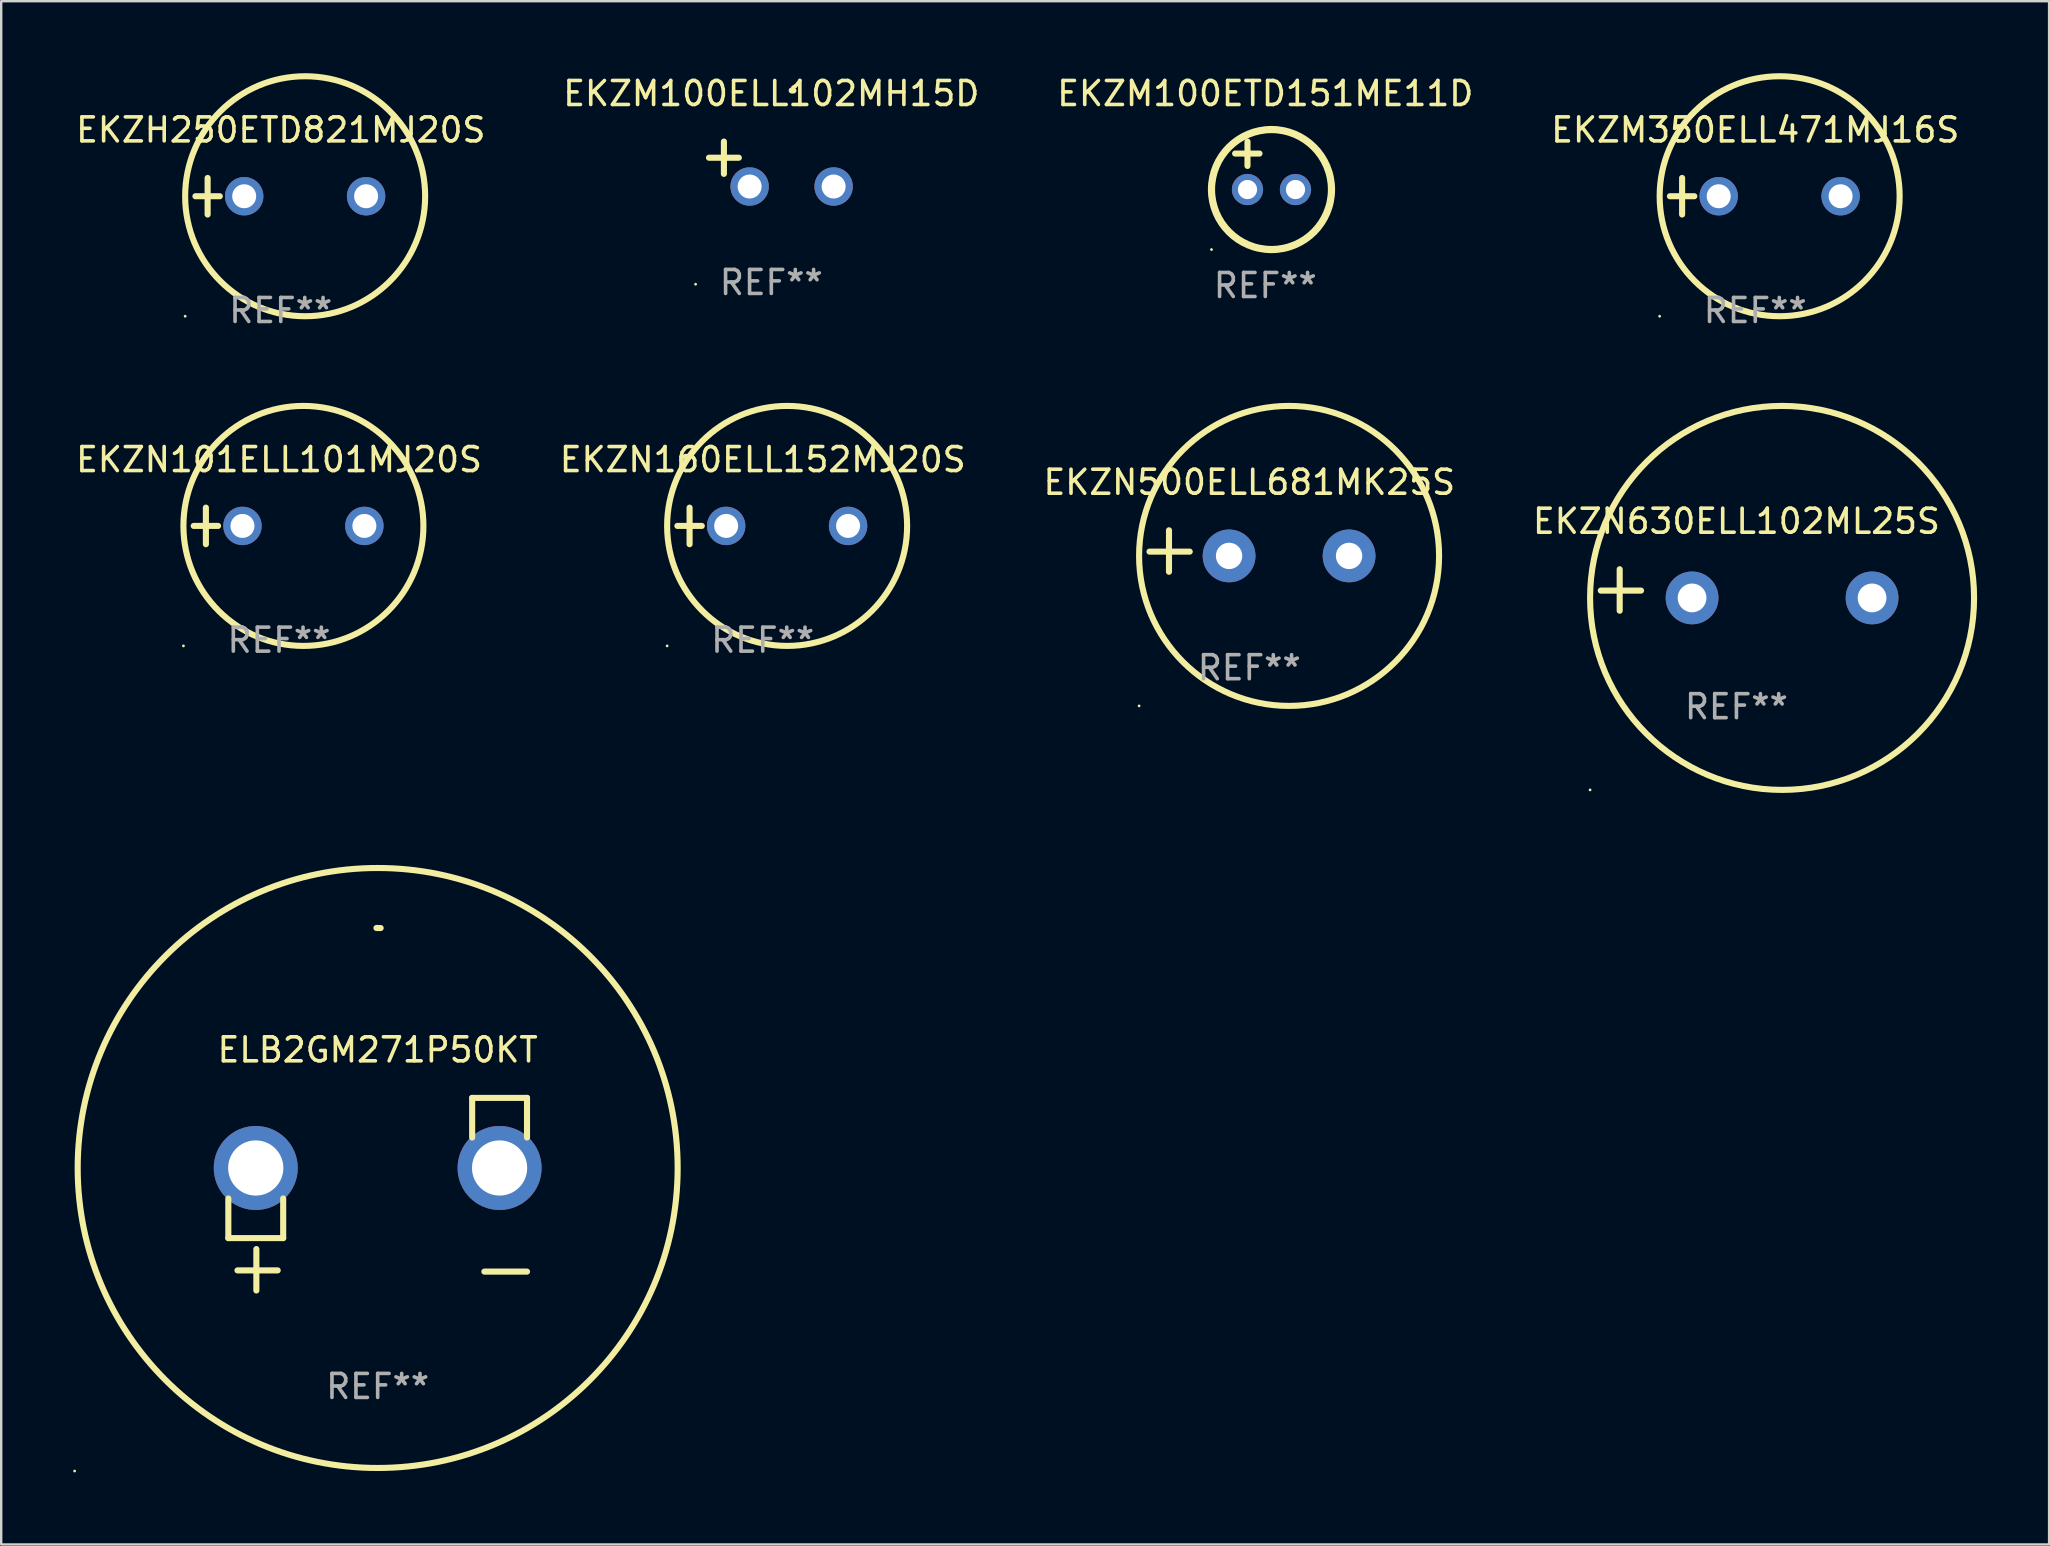
<source format=kicad_pcb>
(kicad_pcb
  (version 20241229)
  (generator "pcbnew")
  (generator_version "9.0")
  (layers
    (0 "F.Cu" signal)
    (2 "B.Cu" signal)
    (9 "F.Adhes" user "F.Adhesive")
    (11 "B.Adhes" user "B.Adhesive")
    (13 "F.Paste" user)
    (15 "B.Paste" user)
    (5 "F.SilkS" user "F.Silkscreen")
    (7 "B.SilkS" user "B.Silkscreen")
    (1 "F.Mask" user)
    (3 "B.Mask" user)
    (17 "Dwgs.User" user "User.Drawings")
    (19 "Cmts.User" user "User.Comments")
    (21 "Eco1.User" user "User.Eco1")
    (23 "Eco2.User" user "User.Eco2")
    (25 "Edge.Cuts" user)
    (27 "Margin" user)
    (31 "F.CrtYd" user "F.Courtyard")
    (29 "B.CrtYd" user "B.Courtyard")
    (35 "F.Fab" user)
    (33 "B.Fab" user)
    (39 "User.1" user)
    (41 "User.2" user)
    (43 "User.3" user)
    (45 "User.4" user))
  (footprint "EKZN630ELL102ML25S"
    (layer "F.Cu")
    (at 69.304 21.534)
    (property "Reference" "EKZN630ELL102ML25S" (at 0 -2.864 0) (layer "F.SilkS") (effects (font (size 1 1) (thickness 0.15))))
    (attr through_hole)
    (fp_line (start -4.864 0.864) (end -4.864 -0.864) (stroke (width 0.254) (type solid)) (layer "F.SilkS"))
    (fp_line (start -3.975 0.025) (end -5.652 0.025) (stroke (width 0.254) (type solid)) (layer "F.SilkS"))
    (fp_circle (center -6.098 8.33) (end -6.068 8.33) (stroke (width 0.06) (type solid)) (fill no) (layer "F.SilkS"))
    (fp_circle (center 1.902 0.33) (end 9.902 0.33) (stroke (width 0.254) (type solid)) (fill no) (layer "F.SilkS"))
    (fp_text user "REF**" (at 0 4.864 0) (layer "F.Fab") (effects (font (size 1 1) (thickness 0.15))))
    (pad "1" thru_hole circle (at -1.848 0.33) (size 2.2 2.2) (drill 1.2) (layers "*.Cu" "*.Mask"))
    (pad "2" thru_hole circle (at 5.652 0.33) (size 2.2 2.2) (drill 1.2) (layers "*.Cu" "*.Mask")))
  (footprint "EKZM100ETD151ME11D"
    (layer "F.Cu")
    (at 49.673 3.848)
    (property "Reference" "EKZM100ETD151ME11D" (at 0 -3 0) (layer "F.SilkS") (effects (font (size 1 1) (thickness 0.15))))
    (attr through_hole)
    (fp_line (start -1.258 -0.5) (end -0.242 -0.5) (stroke (width 0.254) (type solid)) (layer "F.SilkS"))
    (fp_line (start -0.742 -1) (end -0.742 0.016) (stroke (width 0.254) (type solid)) (layer "F.SilkS"))
    (fp_circle (center -2.242 3.5) (end -2.212 3.5) (stroke (width 0.06) (type solid)) (fill no) (layer "F.SilkS"))
    (fp_circle (center 0.258 1) (end 2.758 1) (stroke (width 0.3) (type solid)) (fill no) (layer "F.SilkS"))
    (fp_text user "REF**" (at 0 5 0) (layer "F.Fab") (effects (font (size 1 1) (thickness 0.15))))
    (pad "1" thru_hole circle (at -0.742 1) (size 1.3 1.3) (drill 0.8) (layers "*.Cu" "*.Mask"))
    (pad "2" thru_hole circle (at 1.258 1) (size 1.3 1.3) (drill 0.8) (layers "*.Cu" "*.Mask")))
  (footprint "ELB2GM271P50KT"
    (layer "F.Cu")
    (at 12.687 46.71)
    (property "Reference" "ELB2GM271P50KT" (at 0 -6.013 0) (layer "F.SilkS") (effects (font (size 1 1) (thickness 0.15))))
    (attr through_hole)
    (fp_line (start -6.223 0.178) (end -6.223 1.829) (stroke (width 0.254) (type solid)) (layer "F.SilkS"))
    (fp_line (start -6.223 1.829) (end -3.937 1.829) (stroke (width 0.254) (type solid)) (layer "F.SilkS"))
    (fp_line (start -5.055 4.013) (end -5.055 2.286) (stroke (width 0.254) (type solid)) (layer "F.SilkS"))
    (fp_line (start -4.166 3.175) (end -5.842 3.175) (stroke (width 0.254) (type solid)) (layer "F.SilkS"))
    (fp_line (start -3.937 1.829) (end -3.937 0.178) (stroke (width 0.254) (type solid)) (layer "F.SilkS"))
    (fp_line (start 3.937 -4.013) (end 3.937 -2.362) (stroke (width 0.254) (type solid)) (layer "F.SilkS"))
    (fp_line (start 6.223 -4.013) (end 3.937 -4.013) (stroke (width 0.254) (type solid)) (layer "F.SilkS"))
    (fp_line (start 6.223 -2.362) (end 6.223 -4.013) (stroke (width 0.254) (type solid)) (layer "F.SilkS"))
    (fp_line (start 6.223 3.226) (end 4.445 3.226) (stroke (width 0.254) (type solid)) (layer "F.SilkS"))
    (fp_arc (start -0.0508 -11.092202) (mid 0.036835 -11.091307) (end 0.12446 -11.089662) (stroke (width 0.254001) (type solid)) (layer "F.SilkS"))
    (fp_circle (center -12.627 11.535) (end -12.597 11.535) (stroke (width 0.06) (type solid)) (fill no) (layer "F.SilkS"))
    (fp_circle (center 0 -1.092) (end 12.5 -1.092) (stroke (width 0.254) (type solid)) (fill no) (layer "F.SilkS"))
    (fp_text user "REF**" (at 0 8.013 0) (layer "F.Fab") (effects (font (size 1 1) (thickness 0.15))))
    (pad "1" thru_hole circle (at -5.08 -1.092) (size 3.5 3.5) (drill 2.3) (layers "*.Cu" "*.Mask"))
    (pad "2" thru_hole circle (at 5.08 -1.092) (size 3.5 3.5) (drill 2.3) (layers "*.Cu" "*.Mask")))
  (footprint "EKZN500ELL681MK25S"
    (layer "F.Cu")
    (at 49.006 19.911)
    (property "Reference" "EKZN500ELL681MK25S" (at 0 -2.864 0) (layer "F.SilkS") (effects (font (size 1 1) (thickness 0.15))))
    (attr through_hole)
    (fp_line (start -3.346 0.864) (end -3.346 -0.864) (stroke (width 0.254) (type solid)) (layer "F.SilkS"))
    (fp_line (start -2.482 0.025) (end -4.158 0.025) (stroke (width 0.254) (type solid)) (layer "F.SilkS"))
    (fp_circle (center -4.592 6.453) (end -4.562 6.453) (stroke (width 0.06) (type solid)) (fill no) (layer "F.SilkS"))
    (fp_circle (center 1.658 0.203) (end 7.908 0.203) (stroke (width 0.254) (type solid)) (fill no) (layer "F.SilkS"))
    (fp_text user "REF**" (at 0 4.864 0) (layer "F.Fab") (effects (font (size 1 1) (thickness 0.15))))
    (pad "1" thru_hole circle (at -0.842 0.203) (size 2.2 2.2) (drill 1.1) (layers "*.Cu" "*.Mask"))
    (pad "2" thru_hole circle (at 4.158 0.203) (size 2.2 2.2) (drill 1.1) (layers "*.Cu" "*.Mask")))
  (footprint "EKZM100ELL102MH15D"
    (layer "F.Cu")
    (at 29.089 3.785)
    (property "Reference" "EKZM100ELL102MH15D" (at 0 -2.937 0) (layer "F.SilkS") (effects (font (size 1 1) (thickness 0.15))))
    (attr through_hole)
    (fp_line (start -1.975 0.41) (end -1.975 -0.937) (stroke (width 0.254) (type solid)) (layer "F.SilkS"))
    (fp_line (start -1.353 -0.263) (end -2.597 -0.263) (stroke (width 0.254) (type solid)) (layer "F.SilkS"))
    (fp_arc (start 0.849809 -3.063957) (mid 0.885369 -3.064114) (end 0.920929 -3.063957) (stroke (width 0.254001) (type solid)) (layer "F.SilkS"))
    (fp_circle (center -3.154 5.008) (end -3.124 5.008) (stroke (width 0.06) (type solid)) (fill no) (layer "F.SilkS"))
    (fp_text user "REF**" (at 0 4.937 0) (layer "F.Fab") (effects (font (size 1 1) (thickness 0.15))))
    (pad "1" thru_hole circle (at -0.903 0.937) (size 1.6 1.6) (drill 1) (layers "*.Cu" "*.Mask"))
    (pad "2" thru_hole circle (at 2.597 0.937) (size 1.6 1.6) (drill 1) (layers "*.Cu" "*.Mask")))
  (footprint "EKZN101ELL101MJ20S"
    (layer "F.Cu")
    (at 8.577 18.864)
    (property "Reference" "EKZN101ELL101MJ20S" (at 0 -2.762 0) (layer "F.SilkS") (effects (font (size 1 1) (thickness 0.15))))
    (attr through_hole)
    (fp_line (start -3.556 0) (end -2.54 0) (stroke (width 0.254) (type solid)) (layer "F.SilkS"))
    (fp_line (start -3.048 -0.762) (end -3.048 0.762) (stroke (width 0.254) (type solid)) (layer "F.SilkS"))
    (fp_circle (center -3.984 5) (end -3.954 5) (stroke (width 0.06) (type solid)) (fill no) (layer "F.SilkS"))
    (fp_circle (center 1.016 0) (end 6.016 0) (stroke (width 0.254) (type solid)) (fill no) (layer "F.SilkS"))
    (fp_text user "REF**" (at 0 4.762 0) (layer "F.Fab") (effects (font (size 1 1) (thickness 0.15))))
    (pad "1" thru_hole circle (at -1.524 0) (size 1.6 1.6) (drill 1) (layers "*.Cu" "*.Mask"))
    (pad "2" thru_hole circle (at 3.556 0) (size 1.6 1.6) (drill 1) (layers "*.Cu" "*.Mask")))
  (footprint "EKZN160ELL152MJ20S"
    (layer "F.Cu")
    (at 28.732 18.864)
    (property "Reference" "EKZN160ELL152MJ20S" (at 0 -2.762 0) (layer "F.SilkS") (effects (font (size 1 1) (thickness 0.15))))
    (attr through_hole)
    (fp_line (start -3.556 0) (end -2.54 0) (stroke (width 0.254) (type solid)) (layer "F.SilkS"))
    (fp_line (start -3.048 -0.762) (end -3.048 0.762) (stroke (width 0.254) (type solid)) (layer "F.SilkS"))
    (fp_circle (center -3.984 5) (end -3.954 5) (stroke (width 0.06) (type solid)) (fill no) (layer "F.SilkS"))
    (fp_circle (center 1.016 0) (end 6.016 0) (stroke (width 0.254) (type solid)) (fill no) (layer "F.SilkS"))
    (fp_text user "REF**" (at 0 4.762 0) (layer "F.Fab") (effects (font (size 1 1) (thickness 0.15))))
    (pad "1" thru_hole circle (at -1.524 0) (size 1.6 1.6) (drill 1) (layers "*.Cu" "*.Mask"))
    (pad "2" thru_hole circle (at 3.556 0) (size 1.6 1.6) (drill 1) (layers "*.Cu" "*.Mask")))
  (footprint "EKZH250ETD821MJ20S"
    (layer "F.Cu")
    (at 8.649 5.127)
    (property "Reference" "EKZH250ETD821MJ20S" (at 0 -2.762 0) (layer "F.SilkS") (effects (font (size 1 1) (thickness 0.15))))
    (attr through_hole)
    (fp_line (start -3.556 0) (end -2.54 0) (stroke (width 0.254) (type solid)) (layer "F.SilkS"))
    (fp_line (start -3.048 -0.762) (end -3.048 0.762) (stroke (width 0.254) (type solid)) (layer "F.SilkS"))
    (fp_circle (center -3.984 5) (end -3.954 5) (stroke (width 0.06) (type solid)) (fill no) (layer "F.SilkS"))
    (fp_circle (center 1.016 0) (end 6.016 0) (stroke (width 0.254) (type solid)) (fill no) (layer "F.SilkS"))
    (fp_text user "REF**" (at 0 4.762 0) (layer "F.Fab") (effects (font (size 1 1) (thickness 0.15))))
    (pad "1" thru_hole circle (at -1.524 0) (size 1.6 1.6) (drill 1) (layers "*.Cu" "*.Mask"))
    (pad "2" thru_hole circle (at 3.556 0) (size 1.6 1.6) (drill 1) (layers "*.Cu" "*.Mask")))
  (footprint "EKZM350ELL471MJ16S"
    (layer "F.Cu")
    (at 70.089 5.127)
    (property "Reference" "EKZM350ELL471MJ16S" (at 0 -2.762 0) (layer "F.SilkS") (effects (font (size 1 1) (thickness 0.15))))
    (attr through_hole)
    (fp_line (start -3.556 0) (end -2.54 0) (stroke (width 0.254) (type solid)) (layer "F.SilkS"))
    (fp_line (start -3.048 -0.762) (end -3.048 0.762) (stroke (width 0.254) (type solid)) (layer "F.SilkS"))
    (fp_circle (center -3.984 5) (end -3.954 5) (stroke (width 0.06) (type solid)) (fill no) (layer "F.SilkS"))
    (fp_circle (center 1.016 0) (end 6.016 0) (stroke (width 0.254) (type solid)) (fill no) (layer "F.SilkS"))
    (fp_text user "REF**" (at 0 4.762 0) (layer "F.Fab") (effects (font (size 1 1) (thickness 0.15))))
    (pad "1" thru_hole circle (at -1.524 0) (size 1.6 1.6) (drill 1) (layers "*.Cu" "*.Mask"))
    (pad "2" thru_hole circle (at 3.556 0) (size 1.6 1.6) (drill 1) (layers "*.Cu" "*.Mask")))
  (gr_rect
    (start -3 -3)
    (end 82.332 61.305)
    (stroke (width 0.1) (type default))
    (fill no)
    (layer "Edge.Cuts")))
</source>
